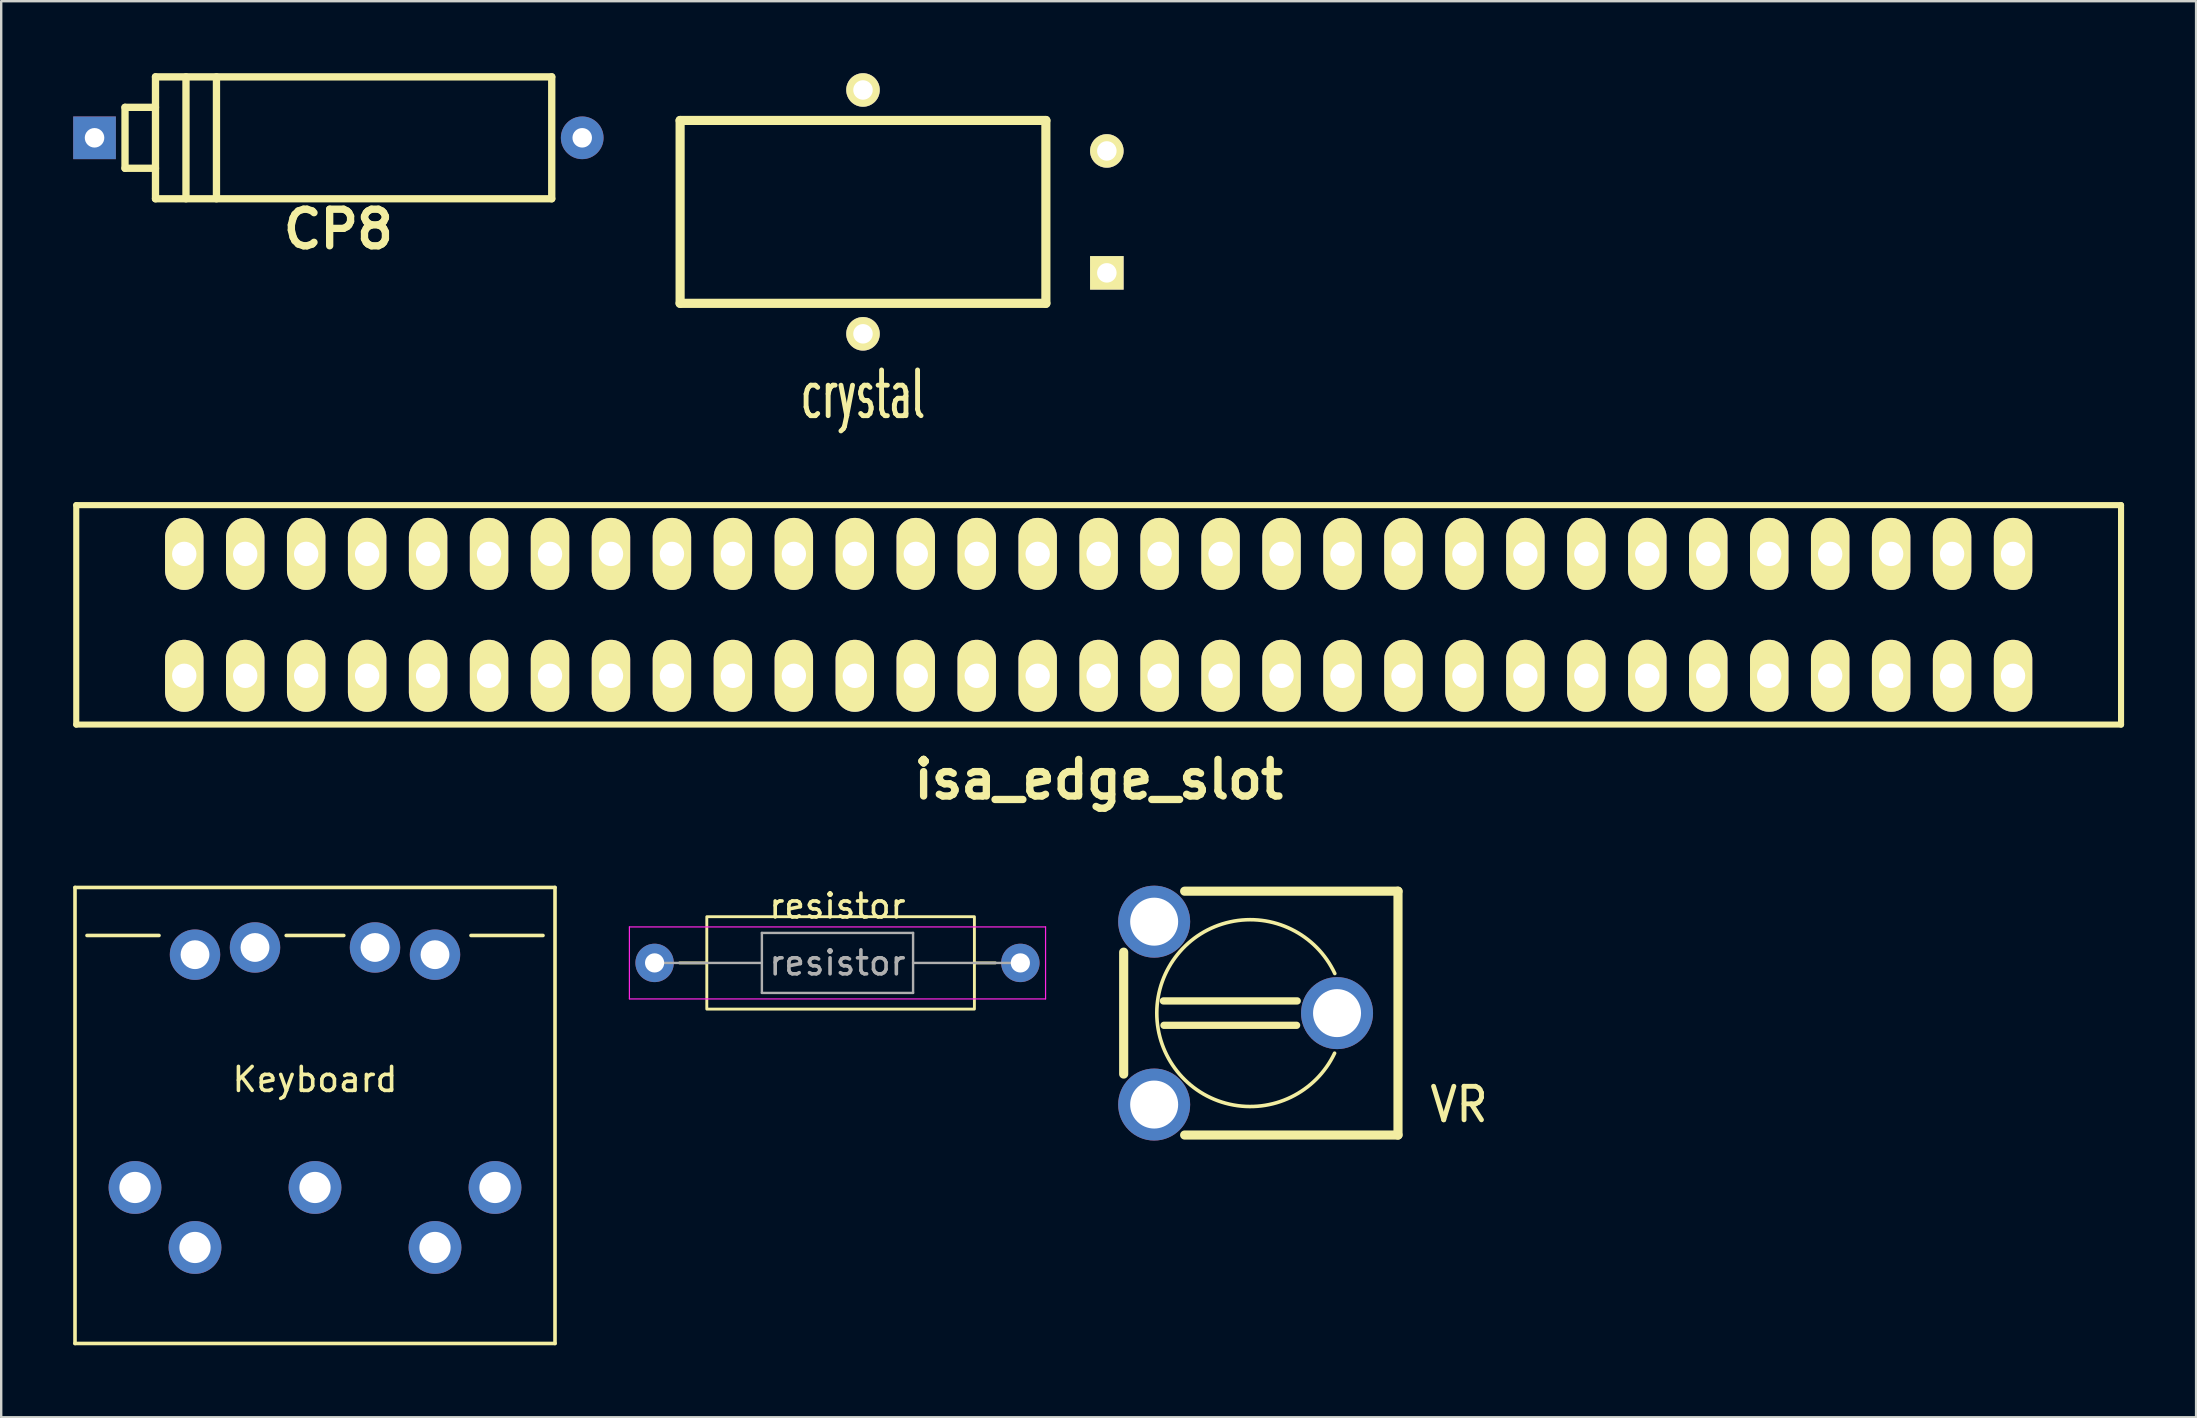
<source format=kicad_pcb>
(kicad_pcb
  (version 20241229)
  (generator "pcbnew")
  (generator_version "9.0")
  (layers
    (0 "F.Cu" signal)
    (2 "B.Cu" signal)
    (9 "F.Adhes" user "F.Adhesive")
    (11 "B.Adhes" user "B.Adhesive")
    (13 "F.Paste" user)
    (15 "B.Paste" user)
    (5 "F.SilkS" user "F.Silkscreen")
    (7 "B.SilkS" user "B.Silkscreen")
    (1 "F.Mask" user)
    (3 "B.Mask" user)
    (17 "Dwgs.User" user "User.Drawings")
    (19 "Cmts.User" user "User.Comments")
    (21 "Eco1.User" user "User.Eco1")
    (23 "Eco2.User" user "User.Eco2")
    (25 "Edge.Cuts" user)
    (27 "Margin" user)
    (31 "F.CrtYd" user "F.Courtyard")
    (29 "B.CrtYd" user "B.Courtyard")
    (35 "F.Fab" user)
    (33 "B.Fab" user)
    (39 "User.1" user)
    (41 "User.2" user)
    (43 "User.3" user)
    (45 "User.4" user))
  (footprint "CP8"
    (layer "F.Cu")
    (at 11.049 2.692)
    (property "Reference" "CP8" (at 0 3.81 0) (layer "F.SilkS") (effects (font (size 1.524 1.524) (thickness 0.305))))
    (attr through_hole)
    (fp_line (start -8.89 -1.27) (end -7.62 -1.27) (stroke (width 0.305) (type solid)) (layer "F.SilkS"))
    (fp_line (start -8.89 1.27) (end -8.89 -1.27) (stroke (width 0.305) (type solid)) (layer "F.SilkS"))
    (fp_line (start -7.62 -2.54) (end 8.89 -2.54) (stroke (width 0.305) (type solid)) (layer "F.SilkS"))
    (fp_line (start -7.62 1.27) (end -8.89 1.27) (stroke (width 0.305) (type solid)) (layer "F.SilkS"))
    (fp_line (start -7.62 2.54) (end -7.62 -2.54) (stroke (width 0.305) (type solid)) (layer "F.SilkS"))
    (fp_line (start -6.35 2.54) (end -6.35 -2.54) (stroke (width 0.305) (type solid)) (layer "F.SilkS"))
    (fp_line (start -5.08 -2.54) (end -5.08 2.54) (stroke (width 0.305) (type solid)) (layer "F.SilkS"))
    (fp_line (start 8.89 -2.54) (end 8.89 2.54) (stroke (width 0.305) (type solid)) (layer "F.SilkS"))
    (fp_line (start 8.89 2.54) (end -7.62 2.54) (stroke (width 0.305) (type solid)) (layer "F.SilkS"))
    (pad "1" thru_hole rect (at -10.16 0) (size 1.778 1.778) (drill 0.813) (layers "*.Cu" "*.Mask"))
    (pad "2" thru_hole circle (at 10.16 0) (size 1.778 1.778) (drill 0.813) (layers "*.Cu" "*.Mask")))
  (footprint "crystal"
    (layer "F.Cu")
    (at 32.908 5.779)
    (property "Reference" "crystal" (at 0 7.62 0) (layer "F.SilkS") (effects (font (size 1.905 1.016) (thickness 0.203))))
    (attr through_hole)
    (fp_line (start -7.62 -3.81) (end 7.62 -3.81) (stroke (width 0.381) (type solid)) (layer "F.SilkS"))
    (fp_line (start -7.62 3.81) (end -7.62 -3.81) (stroke (width 0.381) (type solid)) (layer "F.SilkS"))
    (fp_line (start 7.62 -3.81) (end 7.62 3.81) (stroke (width 0.381) (type solid)) (layer "F.SilkS"))
    (fp_line (start 7.62 3.81) (end -7.62 3.81) (stroke (width 0.381) (type solid)) (layer "F.SilkS"))
    (pad "1" thru_hole rect (at 10.16 2.54) (size 1.397 1.397) (drill 0.813) (layers "*.Cu" "*.Mask" "F.SilkS"))
    (pad "2" thru_hole circle (at 10.16 -2.54) (size 1.397 1.397) (drill 0.813) (layers "*.Cu" "*.Mask" "F.SilkS"))
    (pad "3" thru_hole circle (at 0 5.08) (size 1.397 1.397) (drill 0.813) (layers "*.Cu" "*.Mask" "F.SilkS"))
    (pad "4" thru_hole circle (at 0 -5.08) (size 1.397 1.397) (drill 0.813) (layers "*.Cu" "*.Mask" "F.SilkS")))
  (footprint "Keyboard"
    (layer "F.Cu")
    (at 10.075 46.428)
    (property "Reference" "Keyboard" (at 0 -4.5 0) (layer "F.SilkS") (effects (font (size 1 1) (thickness 0.15))))
    (attr through_hole)
    (fp_line (start -10 -12.5) (end -10 6.5) (stroke (width 0.15) (type solid)) (layer "F.SilkS"))
    (fp_line (start -10 6.5) (end 10 6.5) (stroke (width 0.15) (type solid)) (layer "F.SilkS"))
    (fp_line (start -9.5 -10.5) (end -6.5 -10.5) (stroke (width 0.15) (type solid)) (layer "F.SilkS"))
    (fp_line (start -1.2 -10.5) (end 1.2 -10.5) (stroke (width 0.15) (type solid)) (layer "F.SilkS"))
    (fp_line (start 6.5 -10.5) (end 9.5 -10.5) (stroke (width 0.15) (type solid)) (layer "F.SilkS"))
    (fp_line (start 10 -12.5) (end -10 -12.5) (stroke (width 0.15) (type solid)) (layer "F.SilkS"))
    (fp_line (start 10 6.5) (end 10 -12.5) (stroke (width 0.15) (type solid)) (layer "F.SilkS"))
    (pad "" thru_hole circle (at -5 -9.7) (size 2.1 2.1) (drill 1.2) (layers "*.Cu" "*.Mask"))
    (pad "" thru_hole circle (at -2.5 -10) (size 2.1 2.1) (drill 1.2) (layers "*.Cu" "*.Mask"))
    (pad "" thru_hole circle (at 2.5 -10) (size 2.1 2.1) (drill 1.2) (layers "*.Cu" "*.Mask"))
    (pad "" thru_hole circle (at 5 -9.7) (size 2.1 2.1) (drill 1.2) (layers "*.Cu" "*.Mask"))
    (pad "1" thru_hole circle (at -7.5 0) (size 2.2 2.2) (drill 1.3) (layers "*.Cu" "*.Mask"))
    (pad "2" thru_hole circle (at 0 0) (size 2.2 2.2) (drill 1.3) (layers "*.Cu" "*.Mask"))
    (pad "3" thru_hole circle (at 7.5 0) (size 2.2 2.2) (drill 1.3) (layers "*.Cu" "*.Mask"))
    (pad "4" thru_hole circle (at -5 2.5) (size 2.2 2.2) (drill 1.3) (layers "*.Cu" "*.Mask"))
    (pad "5" thru_hole circle (at 5 2.5) (size 2.2 2.2) (drill 1.3) (layers "*.Cu" "*.Mask")))
  (footprint "VR"
    (layer "F.Cu")
    (at 48.85 39.163)
    (property "Reference" "VR" (at 8.89 3.81 0) (layer "F.SilkS") (effects (font (size 1.397 1.27) (thickness 0.203))))
    (attr through_hole)
    (fp_line (start -5.08 -2.54) (end -5.08 2.54) (stroke (width 0.381) (type solid)) (layer "F.SilkS"))
    (fp_line (start -3.425 -0.508) (end 2.15 -0.508) (stroke (width 0.305) (type solid)) (layer "F.SilkS"))
    (fp_line (start -3.4 0.508) (end 2.125 0.508) (stroke (width 0.305) (type solid)) (layer "F.SilkS"))
    (fp_line (start 6.35 -5.08) (end -2.54 -5.08) (stroke (width 0.381) (type solid)) (layer "F.SilkS"))
    (fp_line (start 6.35 -5.08) (end 6.35 5.08) (stroke (width 0.381) (type solid)) (layer "F.SilkS"))
    (fp_line (start 6.35 5.08) (end -2.54 5.08) (stroke (width 0.381) (type solid)) (layer "F.SilkS"))
    (fp_arc (start 3.707898 1.669398) (mid -3.7 -0.010723) (end 3.717044 -1.65) (stroke (width 0.15) (type default)) (layer "F.SilkS"))
    (pad "1" thru_hole circle (at -3.81 -3.81) (size 3 3) (drill 1.999) (layers "*.Cu" "*.Mask"))
    (pad "1" thru_hole circle (at -3.81 3.81) (size 3 3) (drill 1.999) (layers "*.Cu" "*.Mask"))
    (pad "2" thru_hole circle (at 3.81 0) (size 3 3) (drill 1.999) (layers "*.Cu" "*.Mask")))
  (footprint "isa_edge_slot"
    (layer "F.Cu")
    (at 4.627 20.029)
    (property "Reference" "isa_edge_slot" (at 38.1 9.398 0) (layer "F.SilkS") (effects (font (size 1.524 1.524) (thickness 0.305))))
    (attr through_hole)
    (fp_line (start -4.5 -2.032) (end 80.7 -2.032) (stroke (width 0.254) (type solid)) (layer "F.SilkS"))
    (fp_line (start -4.5 7.112) (end -4.5 -2.032) (stroke (width 0.254) (type solid)) (layer "F.SilkS"))
    (fp_line (start -4.5 7.112) (end 80.7 7.112) (stroke (width 0.254) (type default)) (layer "F.SilkS"))
    (fp_line (start 80.7 7.112) (end 80.7 -2.032) (stroke (width 0.254) (type solid)) (layer "F.SilkS"))
    (pad "A1" thru_hole oval (at 0 0 180) (size 1.6 3) (drill 1.016) (layers "*.Cu" "*.Mask" "F.SilkS"))
    (pad "A2" thru_hole oval (at 2.54 0 180) (size 1.6 3) (drill 1.016) (layers "*.Cu" "*.Mask" "F.SilkS"))
    (pad "A3" thru_hole oval (at 5.08 0 180) (size 1.6 3) (drill 1.016) (layers "*.Cu" "*.Mask" "F.SilkS"))
    (pad "A4" thru_hole oval (at 7.62 0 180) (size 1.6 3) (drill 1.016) (layers "*.Cu" "*.Mask" "F.SilkS"))
    (pad "A5" thru_hole oval (at 10.16 0 180) (size 1.6 3) (drill 1.016) (layers "*.Cu" "*.Mask" "F.SilkS"))
    (pad "A6" thru_hole oval (at 12.7 0 180) (size 1.6 3) (drill 1.016) (layers "*.Cu" "*.Mask" "F.SilkS"))
    (pad "A7" thru_hole oval (at 15.24 0 180) (size 1.6 3) (drill 1.016) (layers "*.Cu" "*.Mask" "F.SilkS"))
    (pad "A8" thru_hole oval (at 17.78 0 180) (size 1.6 3) (drill 1.016) (layers "*.Cu" "*.Mask" "F.SilkS"))
    (pad "A9" thru_hole oval (at 20.32 0 180) (size 1.6 3) (drill 1.016) (layers "*.Cu" "*.Mask" "F.SilkS"))
    (pad "A10" thru_hole oval (at 22.86 0 180) (size 1.6 3) (drill 1.016) (layers "*.Cu" "*.Mask" "F.SilkS"))
    (pad "A11" thru_hole oval (at 25.4 0 180) (size 1.6 3) (drill 1.016) (layers "*.Cu" "*.Mask" "F.SilkS"))
    (pad "A12" thru_hole oval (at 27.94 0 180) (size 1.6 3) (drill 1.016) (layers "*.Cu" "*.Mask" "F.SilkS"))
    (pad "A13" thru_hole oval (at 30.48 0 180) (size 1.6 3) (drill 1.016) (layers "*.Cu" "*.Mask" "F.SilkS"))
    (pad "A14" thru_hole oval (at 33.02 0 180) (size 1.6 3) (drill 1.016) (layers "*.Cu" "*.Mask" "F.SilkS"))
    (pad "A15" thru_hole oval (at 35.56 0 180) (size 1.6 3) (drill 1.016) (layers "*.Cu" "*.Mask" "F.SilkS"))
    (pad "A16" thru_hole oval (at 38.1 0 180) (size 1.6 3) (drill 1.016) (layers "*.Cu" "*.Mask" "F.SilkS"))
    (pad "A17" thru_hole oval (at 40.64 0 180) (size 1.6 3) (drill 1.016) (layers "*.Cu" "*.Mask" "F.SilkS"))
    (pad "A18" thru_hole oval (at 43.18 0 180) (size 1.6 3) (drill 1.016) (layers "*.Cu" "*.Mask" "F.SilkS"))
    (pad "A19" thru_hole oval (at 45.72 0 180) (size 1.6 3) (drill 1.016) (layers "*.Cu" "*.Mask" "F.SilkS"))
    (pad "A20" thru_hole oval (at 48.26 0 180) (size 1.6 3) (drill 1.016) (layers "*.Cu" "*.Mask" "F.SilkS"))
    (pad "A21" thru_hole oval (at 50.8 0 180) (size 1.6 3) (drill 1.016) (layers "*.Cu" "*.Mask" "F.SilkS"))
    (pad "A22" thru_hole oval (at 53.34 0 180) (size 1.6 3) (drill 1.016) (layers "*.Cu" "*.Mask" "F.SilkS"))
    (pad "A23" thru_hole oval (at 55.88 0 180) (size 1.6 3) (drill 1.016) (layers "*.Cu" "*.Mask" "F.SilkS"))
    (pad "A24" thru_hole oval (at 58.42 0 180) (size 1.6 3) (drill 1.016) (layers "*.Cu" "*.Mask" "F.SilkS"))
    (pad "A25" thru_hole oval (at 60.96 0 180) (size 1.6 3) (drill 1.016) (layers "*.Cu" "*.Mask" "F.SilkS"))
    (pad "A26" thru_hole oval (at 63.5 0 180) (size 1.6 3) (drill 1.016) (layers "*.Cu" "*.Mask" "F.SilkS"))
    (pad "A27" thru_hole oval (at 66.04 0 180) (size 1.6 3) (drill 1.016) (layers "*.Cu" "*.Mask" "F.SilkS"))
    (pad "A28" thru_hole oval (at 68.58 0 180) (size 1.6 3) (drill 1.016) (layers "*.Cu" "*.Mask" "F.SilkS"))
    (pad "A29" thru_hole oval (at 71.12 0 180) (size 1.6 3) (drill 1.016) (layers "*.Cu" "*.Mask" "F.SilkS"))
    (pad "A30" thru_hole oval (at 73.66 0 180) (size 1.6 3) (drill 1.016) (layers "*.Cu" "*.Mask" "F.SilkS"))
    (pad "A31" thru_hole oval (at 76.2 0 180) (size 1.6 3) (drill 1.016) (layers "*.Cu" "*.Mask" "F.SilkS"))
    (pad "B1" thru_hole oval (at 0 5.08 180) (size 1.6 3) (drill 1.016) (layers "*.Cu" "*.Mask" "F.SilkS"))
    (pad "B2" thru_hole oval (at 2.54 5.08 180) (size 1.6 3) (drill 1.016) (layers "*.Cu" "*.Mask" "F.SilkS"))
    (pad "B3" thru_hole oval (at 5.08 5.08 180) (size 1.6 3) (drill 1.016) (layers "*.Cu" "*.Mask" "F.SilkS"))
    (pad "B4" thru_hole oval (at 7.62 5.08 180) (size 1.6 3) (drill 1.016) (layers "*.Cu" "*.Mask" "F.SilkS"))
    (pad "B5" thru_hole oval (at 10.16 5.08 180) (size 1.6 3) (drill 1.016) (layers "*.Cu" "*.Mask" "F.SilkS"))
    (pad "B6" thru_hole oval (at 12.7 5.08 180) (size 1.6 3) (drill 1.016) (layers "*.Cu" "*.Mask" "F.SilkS"))
    (pad "B7" thru_hole oval (at 15.24 5.08 180) (size 1.6 3) (drill 1.016) (layers "*.Cu" "*.Mask" "F.SilkS"))
    (pad "B8" thru_hole oval (at 17.78 5.08 180) (size 1.6 3) (drill 1.016) (layers "*.Cu" "*.Mask" "F.SilkS"))
    (pad "B9" thru_hole oval (at 20.32 5.08 180) (size 1.6 3) (drill 1.016) (layers "*.Cu" "*.Mask" "F.SilkS"))
    (pad "B10" thru_hole oval (at 22.86 5.08 180) (size 1.6 3) (drill 1.016) (layers "*.Cu" "*.Mask" "F.SilkS"))
    (pad "B11" thru_hole oval (at 25.4 5.08 180) (size 1.6 3) (drill 1.016) (layers "*.Cu" "*.Mask" "F.SilkS"))
    (pad "B12" thru_hole oval (at 27.94 5.08 180) (size 1.6 3) (drill 1.016) (layers "*.Cu" "*.Mask" "F.SilkS"))
    (pad "B13" thru_hole oval (at 30.48 5.08 180) (size 1.6 3) (drill 1.016) (layers "*.Cu" "*.Mask" "F.SilkS"))
    (pad "B14" thru_hole oval (at 33.02 5.08 180) (size 1.6 3) (drill 1.016) (layers "*.Cu" "*.Mask" "F.SilkS"))
    (pad "B15" thru_hole oval (at 35.56 5.08 180) (size 1.6 3) (drill 1.016) (layers "*.Cu" "*.Mask" "F.SilkS"))
    (pad "B16" thru_hole oval (at 38.1 5.08 180) (size 1.6 3) (drill 1.016) (layers "*.Cu" "*.Mask" "F.SilkS"))
    (pad "B17" thru_hole oval (at 40.64 5.08 180) (size 1.6 3) (drill 1.016) (layers "*.Cu" "*.Mask" "F.SilkS"))
    (pad "B18" thru_hole oval (at 43.18 5.08 180) (size 1.6 3) (drill 1.016) (layers "*.Cu" "*.Mask" "F.SilkS"))
    (pad "B19" thru_hole oval (at 45.72 5.08 180) (size 1.6 3) (drill 1.016) (layers "*.Cu" "*.Mask" "F.SilkS"))
    (pad "B20" thru_hole oval (at 48.26 5.08 180) (size 1.6 3) (drill 1.016) (layers "*.Cu" "*.Mask" "F.SilkS"))
    (pad "B21" thru_hole oval (at 50.8 5.08 180) (size 1.6 3) (drill 1.016) (layers "*.Cu" "*.Mask" "F.SilkS"))
    (pad "B22" thru_hole oval (at 53.34 5.08 180) (size 1.6 3) (drill 1.016) (layers "*.Cu" "*.Mask" "F.SilkS"))
    (pad "B23" thru_hole oval (at 55.88 5.08 180) (size 1.6 3) (drill 1.016) (layers "*.Cu" "*.Mask" "F.SilkS"))
    (pad "B24" thru_hole oval (at 58.42 5.08 180) (size 1.6 3) (drill 1.016) (layers "*.Cu" "*.Mask" "F.SilkS"))
    (pad "B25" thru_hole oval (at 60.96 5.08 180) (size 1.6 3) (drill 1.016) (layers "*.Cu" "*.Mask" "F.SilkS"))
    (pad "B26" thru_hole oval (at 63.5 5.08 180) (size 1.6 3) (drill 1.016) (layers "*.Cu" "*.Mask" "F.SilkS"))
    (pad "B27" thru_hole oval (at 66.04 5.08 180) (size 1.6 3) (drill 1.016) (layers "*.Cu" "*.Mask" "F.SilkS"))
    (pad "B28" thru_hole oval (at 68.58 5.08 180) (size 1.6 3) (drill 1.016) (layers "*.Cu" "*.Mask" "F.SilkS"))
    (pad "B29" thru_hole oval (at 71.12 5.08 180) (size 1.6 3) (drill 1.016) (layers "*.Cu" "*.Mask" "F.SilkS"))
    (pad "B30" thru_hole oval (at 73.66 5.08 180) (size 1.6 3) (drill 1.016) (layers "*.Cu" "*.Mask" "F.SilkS"))
    (pad "B31" thru_hole oval (at 76.2 5.08 180) (size 1.6 3) (drill 1.016) (layers "*.Cu" "*.Mask" "F.SilkS")))
  (footprint "resistor"
    (layer "F.Cu")
    (at 24.225 37.071)
    (property "Reference" "resistor" (at 7.62 -2.37 0) (layer "F.SilkS") (effects (font (size 1 1) (thickness 0.15))))
    (attr through_hole)
    (fp_line (start 1.04 0) (end 2.175 0) (stroke (width 0.12) (type solid)) (layer "F.SilkS"))
    (fp_line (start 14.2 0) (end 13.325 0) (stroke (width 0.12) (type solid)) (layer "F.SilkS"))
    (fp_rect (start 2.175 -1.925) (end 13.325 1.925) (stroke (width 0.12) (type default)) (fill no) (layer "F.SilkS"))
    (fp_line (start -1.05 -1.5) (end -1.05 1.5) (stroke (width 0.05) (type solid)) (layer "F.CrtYd"))
    (fp_line (start -1.05 1.5) (end 16.29 1.5) (stroke (width 0.05) (type solid)) (layer "F.CrtYd"))
    (fp_line (start 16.29 -1.5) (end -1.05 -1.5) (stroke (width 0.05) (type solid)) (layer "F.CrtYd"))
    (fp_line (start 16.29 1.5) (end 16.29 -1.5) (stroke (width 0.05) (type solid)) (layer "F.CrtYd"))
    (fp_line (start 0 0) (end 4.47 0) (stroke (width 0.1) (type solid)) (layer "F.Fab"))
    (fp_line (start 4.47 -1.25) (end 4.47 1.25) (stroke (width 0.1) (type solid)) (layer "F.Fab"))
    (fp_line (start 4.47 1.25) (end 10.77 1.25) (stroke (width 0.1) (type solid)) (layer "F.Fab"))
    (fp_line (start 10.77 -1.25) (end 4.47 -1.25) (stroke (width 0.1) (type solid)) (layer "F.Fab"))
    (fp_line (start 10.77 1.25) (end 10.77 -1.25) (stroke (width 0.1) (type solid)) (layer "F.Fab"))
    (fp_line (start 15.24 0) (end 10.77 0) (stroke (width 0.1) (type solid)) (layer "F.Fab"))
    (fp_text user "${REFERENCE}" (at 7.62 0 0) (layer "F.Fab") (effects (font (size 1 1) (thickness 0.15))))
    (pad "1" thru_hole circle (at 0 0) (size 1.6 1.6) (drill 0.8) (layers "*.Cu" "*.Mask"))
    (pad "2" thru_hole oval (at 15.24 0) (size 1.6 1.6) (drill 0.8) (layers "*.Cu" "*.Mask")))
  (gr_rect
    (start -3 -3)
    (end 88.454 56.003)
    (stroke (width 0.1) (type default))
    (fill no)
    (layer "Edge.Cuts")))
</source>
